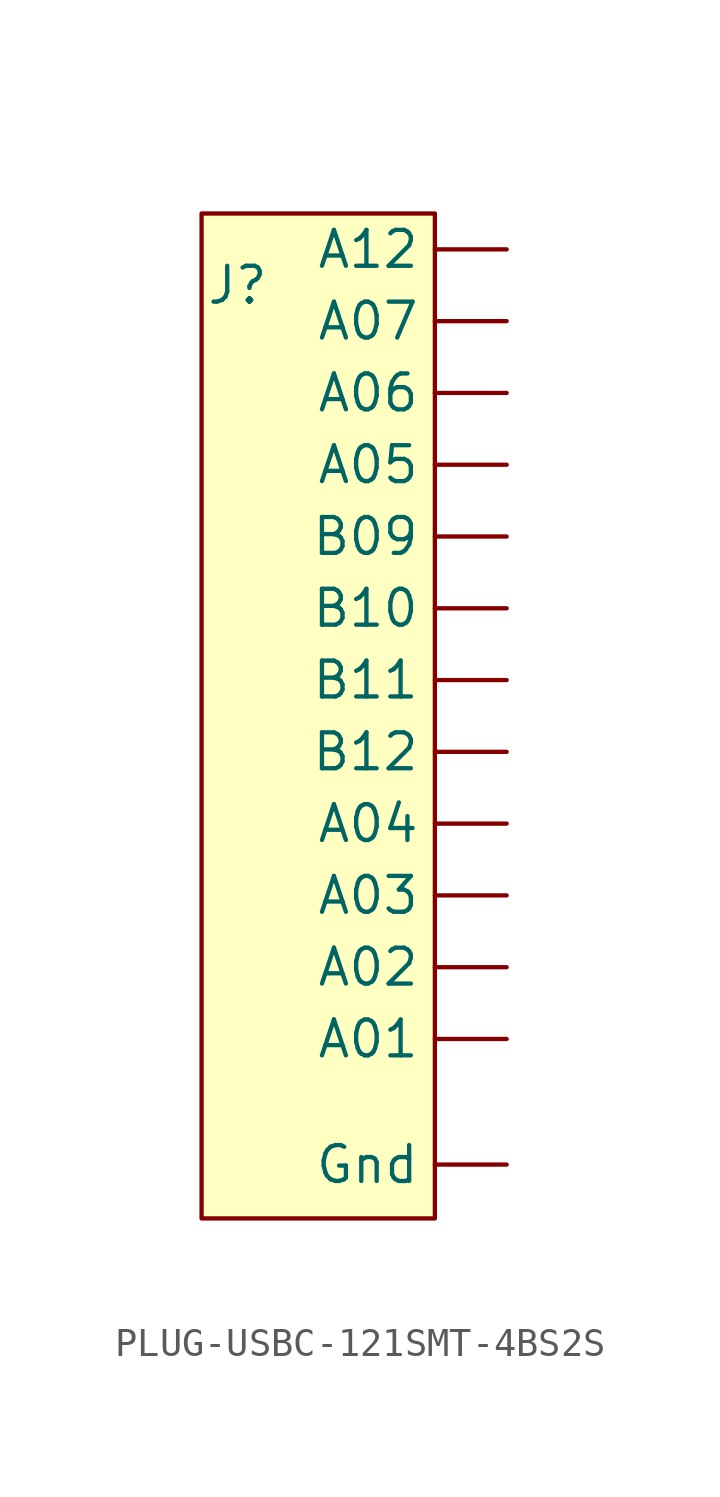
<source format=kicad_sym>
(kicad_symbol_lib
  (version 20220914)
  (generator kicad_symbol_editor)
  (symbol "PLUG-USBC-121SMT-4BS2S"
    (property "Reference" "J"
      (at -0.635 6.35 0)
      (effects (font (size 1.27 1.27))))
    (property "Value" ""
      (at 0 0 0)
      (effects (font (size 1.27 1.27))))
    (symbol "PLUG-USBC-121SMT-4BS2S_1_1"
      (rectangle (start -1.905 8.89) (end 6.35 -26.67) (stroke (width 0) (type default)) (fill (type background)))
      (pin bidirectional line (at 8.89 -20.32 180) (length 2.54) (name "A01" (effects (font (size 1.27 1.27)))) (number "" (effects (font (size 1.27 1.27)))))
      (pin bidirectional line (at 8.89 -17.78 180) (length 2.54) (name "A02" (effects (font (size 1.27 1.27)))) (number "" (effects (font (size 1.27 1.27)))))
      (pin bidirectional line (at 8.89 -15.24 180) (length 2.54) (name "A03" (effects (font (size 1.27 1.27)))) (number "" (effects (font (size 1.27 1.27)))))
      (pin bidirectional line (at 8.89 -12.7 180) (length 2.54) (name "A04" (effects (font (size 1.27 1.27)))) (number "" (effects (font (size 1.27 1.27)))))
      (pin bidirectional line (at 8.89 0 180) (length 2.54) (name "A05" (effects (font (size 1.27 1.27)))) (number "" (effects (font (size 1.27 1.27)))))
      (pin bidirectional line (at 8.89 2.54 180) (length 2.54) (name "A06" (effects (font (size 1.27 1.27)))) (number "" (effects (font (size 1.27 1.27)))))
      (pin bidirectional line (at 8.89 5.08 180) (length 2.54) (name "A07" (effects (font (size 1.27 1.27)))) (number "" (effects (font (size 1.27 1.27)))))
      (pin bidirectional line (at 8.89 7.62 180) (length 2.54) (name "A12" (effects (font (size 1.27 1.27)))) (number "" (effects (font (size 1.27 1.27)))))
      (pin bidirectional line (at 8.89 -2.54 180) (length 2.54) (name "B09" (effects (font (size 1.27 1.27)))) (number "" (effects (font (size 1.27 1.27)))))
      (pin bidirectional line (at 8.89 -5.08 180) (length 2.54) (name "B10" (effects (font (size 1.27 1.27)))) (number "" (effects (font (size 1.27 1.27)))))
      (pin bidirectional line (at 8.89 -7.62 180) (length 2.54) (name "B11" (effects (font (size 1.27 1.27)))) (number "" (effects (font (size 1.27 1.27)))))
      (pin bidirectional line (at 8.89 -10.16 180) (length 2.54) (name "B12" (effects (font (size 1.27 1.27)))) (number "" (effects (font (size 1.27 1.27)))))
      (pin bidirectional line (at 8.89 -24.765 180) (length 2.54) (name "Gnd" (effects (font (size 1.27 1.27)))) (number "" (effects (font (size 1.27 1.27))))))))
</source>
